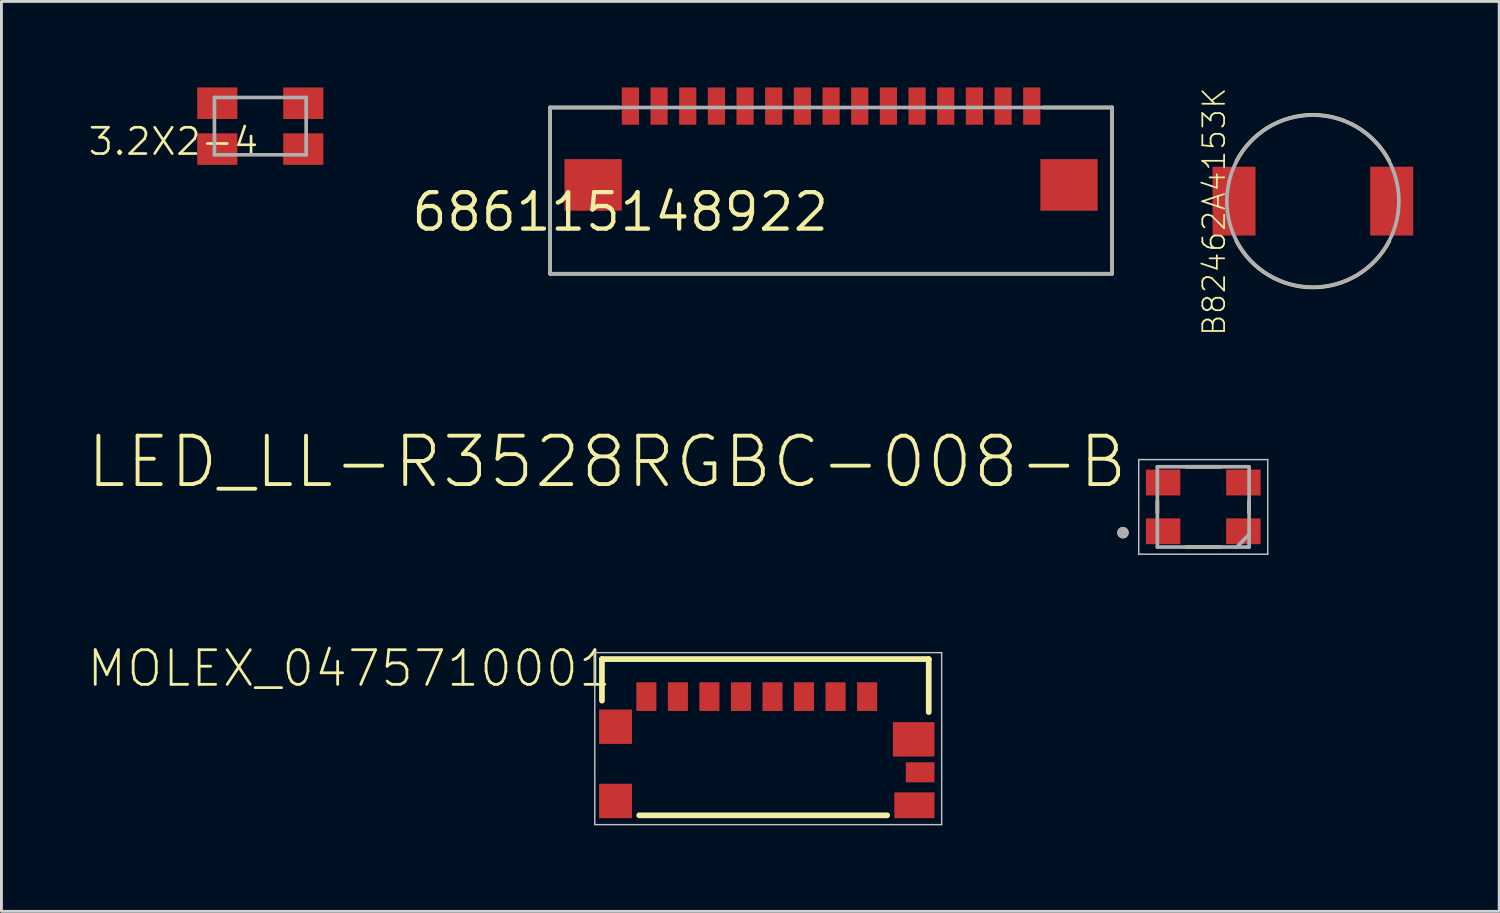
<source format=kicad_pcb>
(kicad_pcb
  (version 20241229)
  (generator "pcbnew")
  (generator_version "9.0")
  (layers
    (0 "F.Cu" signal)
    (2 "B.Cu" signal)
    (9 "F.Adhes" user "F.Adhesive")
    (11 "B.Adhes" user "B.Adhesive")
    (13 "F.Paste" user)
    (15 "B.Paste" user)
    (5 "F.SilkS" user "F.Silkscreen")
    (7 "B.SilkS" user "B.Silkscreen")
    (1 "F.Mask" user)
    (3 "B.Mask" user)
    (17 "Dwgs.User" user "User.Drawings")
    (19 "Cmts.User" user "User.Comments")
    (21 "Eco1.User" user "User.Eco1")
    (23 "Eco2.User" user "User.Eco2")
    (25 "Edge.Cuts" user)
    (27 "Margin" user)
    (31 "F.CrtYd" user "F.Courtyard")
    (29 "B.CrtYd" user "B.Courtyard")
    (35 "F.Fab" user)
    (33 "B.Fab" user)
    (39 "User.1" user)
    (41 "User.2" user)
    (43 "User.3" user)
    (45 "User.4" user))
  (footprint "B82462A4153K"
    (layer "F.Cu")
    (at 42.746 3.966)
    (property "Reference" "B82462A4153K" (at -3 4.75 270) (layer "F.SilkS") (effects (font (size 0.76 0.76) (thickness 0.061)) (justify left bottom)))
    (attr through_hole)
    (fp_arc (start -2.667 -1.397) (mid 0 -3.01073) (end 2.667 -1.397) (stroke (width 0.127) (type solid)) (layer "F.SilkS"))
    (fp_arc (start 2.667 1.397) (mid 0 3.01073) (end -2.667 1.397) (stroke (width 0.127) (type solid)) (layer "F.SilkS"))
    (fp_circle (center 0 0) (end 3 0) (stroke (width 0.127) (type solid)) (fill no) (layer "F.Fab"))
    (pad "P$1" smd rect (at -2.75 0) (size 1.5 2.4) (layers "F.Cu" "F.Mask" "F.Paste"))
    (pad "P$2" smd rect (at 2.75 0) (size 1.5 2.4) (layers "F.Cu" "F.Mask" "F.Paste")))
  (footprint "3.2X2-4"
    (layer "F.Cu")
    (at 6.03 1.35)
    (property "Reference" "3.2X2-4" (at 0 0 180) (layer "F.SilkS") (effects (font (size 0.917 0.917) (thickness 0.092)) (justify right top)))
    (attr through_hole)
    (fp_line (start -1.6 -1) (end 1.6 -1) (stroke (width 0.127) (type solid)) (layer "F.Fab"))
    (fp_line (start -1.6 1) (end -1.6 -1) (stroke (width 0.127) (type solid)) (layer "F.Fab"))
    (fp_line (start 1.6 -1) (end 1.6 1) (stroke (width 0.127) (type solid)) (layer "F.Fab"))
    (fp_line (start 1.6 1) (end -1.6 1) (stroke (width 0.127) (type solid)) (layer "F.Fab"))
    (pad "P$1" smd rect (at -1.5 -0.8) (size 1.4 1.1) (layers "F.Cu" "F.Mask" "F.Paste"))
    (pad "P$2" smd rect (at 1.5 -0.8) (size 1.4 1.1) (layers "F.Cu" "F.Mask" "F.Paste"))
    (pad "P$3" smd rect (at 1.5 0.8) (size 1.4 1.1) (layers "F.Cu" "F.Mask" "F.Paste"))
    (pad "P$4" smd rect (at -1.5 0.8) (size 1.4 1.1) (layers "F.Cu" "F.Mask" "F.Paste")))
  (footprint "LED_LL-R3528RGBC-008-B"
    (layer "F.Cu")
    (at 38.922 14.632)
    (property "Reference" "LED_LL-R3528RGBC-008-B" (at -2.559 -2.559 180) (layer "F.SilkS") (effects (font (size 1.69 1.69) (thickness 0.135)) (justify right top)))
    (attr through_hole)
    (fp_line (start -1.6 -0.2) (end -1.6 0.2) (stroke (width 0.127) (type solid)) (layer "F.SilkS"))
    (fp_line (start -0.6 -1.4) (end 0.6 -1.4) (stroke (width 0.127) (type solid)) (layer "F.SilkS"))
    (fp_line (start -0.6 1.4) (end 0.6 1.4) (stroke (width 0.127) (type solid)) (layer "F.SilkS"))
    (fp_line (start 1.6 -0.2) (end 1.6 0.2) (stroke (width 0.127) (type solid)) (layer "F.SilkS"))
    (fp_circle (center -2.8 0.9) (end -2.7 0.9) (stroke (width 0.2) (type solid)) (fill no) (layer "F.SilkS"))
    (fp_line (start -2.25 -1.65) (end 2.25 -1.65) (stroke (width 0.05) (type solid)) (layer "Dwgs.User"))
    (fp_line (start -2.25 1.65) (end -2.25 -1.65) (stroke (width 0.05) (type solid)) (layer "Dwgs.User"))
    (fp_line (start 2.25 -1.65) (end 2.25 1.65) (stroke (width 0.05) (type solid)) (layer "Dwgs.User"))
    (fp_line (start 2.25 1.65) (end -2.25 1.65) (stroke (width 0.05) (type solid)) (layer "Dwgs.User"))
    (fp_line (start -1.6 -1.4) (end 1.6 -1.4) (stroke (width 0.127) (type solid)) (layer "F.Fab"))
    (fp_line (start -1.6 1.4) (end -1.6 -1.4) (stroke (width 0.127) (type solid)) (layer "F.Fab"))
    (fp_line (start 1.17 1.4) (end -1.6 1.4) (stroke (width 0.127) (type solid)) (layer "F.Fab"))
    (fp_line (start 1.17 1.4) (end 1.6 0.96) (stroke (width 0.127) (type solid)) (layer "F.Fab"))
    (fp_line (start 1.6 -1.4) (end 1.6 0.96) (stroke (width 0.127) (type solid)) (layer "F.Fab"))
    (fp_line (start 1.6 0.96) (end 1.6 1.4) (stroke (width 0.127) (type solid)) (layer "F.Fab"))
    (fp_line (start 1.6 1.4) (end 1.17 1.4) (stroke (width 0.127) (type solid)) (layer "F.Fab"))
    (fp_circle (center -2.8 0.9) (end -2.7 0.9) (stroke (width 0.2) (type solid)) (fill no) (layer "F.Fab"))
    (pad "1" smd rect (at -1.4 0.85) (size 1.2 0.9) (layers "F.Cu" "F.Mask" "F.Paste"))
    (pad "2" smd rect (at 1.4 0.85) (size 1.2 0.9) (layers "F.Cu" "F.Mask" "F.Paste"))
    (pad "3" smd rect (at 1.4 -0.85) (size 1.2 0.9) (layers "F.Cu" "F.Mask" "F.Paste"))
    (pad "4" smd rect (at -1.4 -0.85) (size 1.2 0.9) (layers "F.Cu" "F.Mask" "F.Paste")))
  (footprint "MOLEX_0475710001"
    (layer "F.Cu")
    (at 23.647 22.665)
    (property "Reference" "MOLEX_0475710001" (at -5.306 -3.104 180) (layer "F.SilkS") (effects (font (size 1.208 1.208) (thickness 0.097)) (justify right top)))
    (attr through_hole)
    (fp_line (start -5.7 -2.725) (end 5.7 -2.725) (stroke (width 0.2) (type solid)) (layer "F.SilkS"))
    (fp_line (start -5.7 -1.275) (end -5.7 -2.725) (stroke (width 0.2) (type solid)) (layer "F.SilkS"))
    (fp_line (start -4.4 2.725) (end 4.25 2.725) (stroke (width 0.2) (type solid)) (layer "F.SilkS"))
    (fp_line (start 5.7 -2.725) (end 5.7 -0.875) (stroke (width 0.2) (type solid)) (layer "F.SilkS"))
    (fp_line (start -5.95 -2.95) (end 6.15 -2.95) (stroke (width 0.05) (type solid)) (layer "Dwgs.User"))
    (fp_line (start -5.95 3.05) (end -5.95 -2.95) (stroke (width 0.05) (type solid)) (layer "Dwgs.User"))
    (fp_line (start 6.15 -2.95) (end 6.15 3.05) (stroke (width 0.05) (type solid)) (layer "Dwgs.User"))
    (fp_line (start 6.15 3.05) (end -5.95 3.05) (stroke (width 0.05) (type solid)) (layer "Dwgs.User"))
    (pad "1" smd rect (at 3.55 -1.415 180) (size 0.7 1) (layers "F.Cu" "F.Mask" "F.Paste"))
    (pad "2" smd rect (at 2.45 -1.415 180) (size 0.7 1) (layers "F.Cu" "F.Mask" "F.Paste"))
    (pad "3" smd rect (at 1.35 -1.415 180) (size 0.7 1) (layers "F.Cu" "F.Mask" "F.Paste"))
    (pad "4" smd rect (at 0.25 -1.415 180) (size 0.7 1) (layers "F.Cu" "F.Mask" "F.Paste"))
    (pad "5" smd rect (at -0.85 -1.415 180) (size 0.7 1) (layers "F.Cu" "F.Mask" "F.Paste"))
    (pad "6" smd rect (at -1.95 -1.415 180) (size 0.7 1) (layers "F.Cu" "F.Mask" "F.Paste"))
    (pad "7" smd rect (at -3.05 -1.415 180) (size 0.7 1) (layers "F.Cu" "F.Mask" "F.Paste"))
    (pad "8" smd rect (at -4.15 -1.415 180) (size 0.7 1) (layers "F.Cu" "F.Mask" "F.Paste"))
    (pad "9" smd rect (at -5.225 -0.365) (size 1.15 1.2) (layers "F.Cu" "F.Mask" "F.Paste"))
    (pad "10" smd rect (at -5.225 2.225) (size 1.15 1.2) (layers "F.Cu" "F.Mask" "F.Paste"))
    (pad "11" smd rect (at 5.2 2.375) (size 1.4 0.9) (layers "F.Cu" "F.Mask" "F.Paste"))
    (pad "12" smd rect (at 5.4 1.225 270) (size 0.7 1) (layers "F.Cu" "F.Mask" "F.Paste"))
    (pad "13" smd rect (at 5.175 0.075) (size 1.45 1.2) (layers "F.Cu" "F.Mask" "F.Paste")))
  (footprint "686115148922"
    (layer "F.Cu")
    (at 25.94 3.6)
    (property "Reference" "686115148922" (at 0 0 0) (layer "F.SilkS") (effects (font (size 1.27 1.27) (thickness 0.15)) (justify right top)))
    (attr through_hole)
    (fp_line (start -9.8 -2.9) (end -9.8 2.9) (stroke (width 0.127) (type solid)) (layer "F.SilkS"))
    (fp_line (start -9.8 -2.9) (end -7.4 -2.9) (stroke (width 0.127) (type solid)) (layer "F.SilkS"))
    (fp_line (start -9.8 2.9) (end 9.8 2.9) (stroke (width 0.127) (type solid)) (layer "F.SilkS"))
    (fp_line (start 9.8 -2.9) (end 7.4 -2.9) (stroke (width 0.127) (type solid)) (layer "F.SilkS"))
    (fp_line (start 9.8 -2.9) (end 9.8 2.9) (stroke (width 0.127) (type solid)) (layer "F.SilkS"))
    (fp_line (start -9.8 -2.9) (end -9.8 2.9) (stroke (width 0.127) (type solid)) (layer "F.Fab"))
    (fp_line (start -9.8 -2.9) (end 9.8 -2.9) (stroke (width 0.127) (type solid)) (layer "F.Fab"))
    (fp_line (start -9.8 2.9) (end 9.8 2.9) (stroke (width 0.127) (type solid)) (layer "F.Fab"))
    (fp_line (start 9.8 -2.9) (end 9.8 2.9) (stroke (width 0.127) (type solid)) (layer "F.Fab"))
    (pad "1" smd rect (at 7 -2.95) (size 0.6 1.3) (layers "F.Cu" "F.Mask" "F.Paste"))
    (pad "2" smd rect (at 6 -2.95) (size 0.6 1.3) (layers "F.Cu" "F.Mask" "F.Paste"))
    (pad "3" smd rect (at 5 -2.95) (size 0.6 1.3) (layers "F.Cu" "F.Mask" "F.Paste"))
    (pad "4" smd rect (at 4 -2.95) (size 0.6 1.3) (layers "F.Cu" "F.Mask" "F.Paste"))
    (pad "5" smd rect (at 3 -2.95) (size 0.6 1.3) (layers "F.Cu" "F.Mask" "F.Paste"))
    (pad "6" smd rect (at 2 -2.95) (size 0.6 1.3) (layers "F.Cu" "F.Mask" "F.Paste"))
    (pad "7" smd rect (at 1 -2.95) (size 0.6 1.3) (layers "F.Cu" "F.Mask" "F.Paste"))
    (pad "8" smd rect (at 0 -2.95) (size 0.6 1.3) (layers "F.Cu" "F.Mask" "F.Paste"))
    (pad "9" smd rect (at -1 -2.95) (size 0.6 1.3) (layers "F.Cu" "F.Mask" "F.Paste"))
    (pad "10" smd rect (at -2 -2.95) (size 0.6 1.3) (layers "F.Cu" "F.Mask" "F.Paste"))
    (pad "11" smd rect (at -3 -2.95) (size 0.6 1.3) (layers "F.Cu" "F.Mask" "F.Paste"))
    (pad "12" smd rect (at -4 -2.95) (size 0.6 1.3) (layers "F.Cu" "F.Mask" "F.Paste"))
    (pad "13" smd rect (at -5 -2.95) (size 0.6 1.3) (layers "F.Cu" "F.Mask" "F.Paste"))
    (pad "14" smd rect (at -6 -2.95) (size 0.6 1.3) (layers "F.Cu" "F.Mask" "F.Paste"))
    (pad "15" smd rect (at -7 -2.95) (size 0.6 1.3) (layers "F.Cu" "F.Mask" "F.Paste"))
    (pad "SHLD1" smd rect (at -8.3 -0.2) (size 2 1.8) (layers "F.Cu" "F.Mask" "F.Paste"))
    (pad "SHLD2" smd rect (at 8.3 -0.2) (size 2 1.8) (layers "F.Cu" "F.Mask" "F.Paste")))
  (gr_rect
    (start -3 -3)
    (end 49.246 28.74)
    (stroke (width 0.1) (type default))
    (fill no)
    (layer "Edge.Cuts")))
</source>
